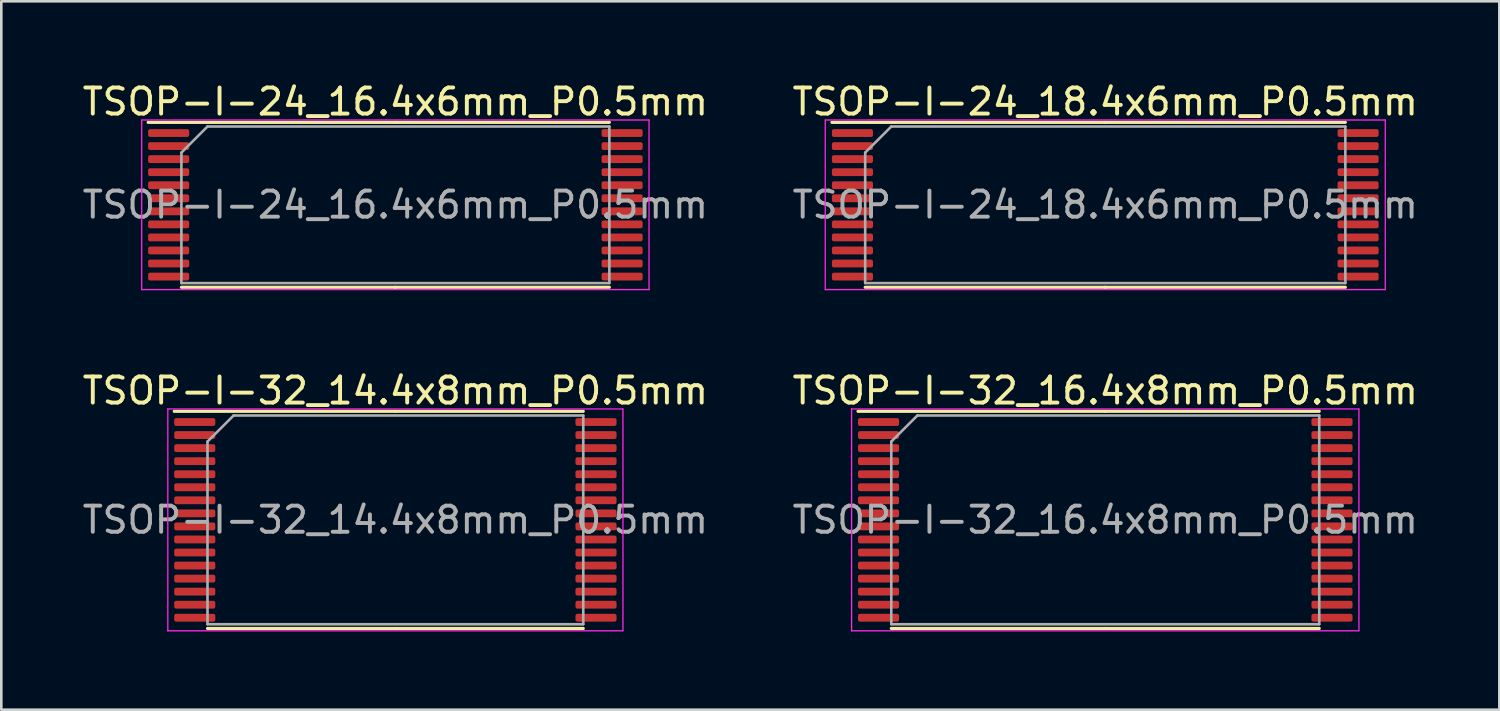
<source format=kicad_pcb>
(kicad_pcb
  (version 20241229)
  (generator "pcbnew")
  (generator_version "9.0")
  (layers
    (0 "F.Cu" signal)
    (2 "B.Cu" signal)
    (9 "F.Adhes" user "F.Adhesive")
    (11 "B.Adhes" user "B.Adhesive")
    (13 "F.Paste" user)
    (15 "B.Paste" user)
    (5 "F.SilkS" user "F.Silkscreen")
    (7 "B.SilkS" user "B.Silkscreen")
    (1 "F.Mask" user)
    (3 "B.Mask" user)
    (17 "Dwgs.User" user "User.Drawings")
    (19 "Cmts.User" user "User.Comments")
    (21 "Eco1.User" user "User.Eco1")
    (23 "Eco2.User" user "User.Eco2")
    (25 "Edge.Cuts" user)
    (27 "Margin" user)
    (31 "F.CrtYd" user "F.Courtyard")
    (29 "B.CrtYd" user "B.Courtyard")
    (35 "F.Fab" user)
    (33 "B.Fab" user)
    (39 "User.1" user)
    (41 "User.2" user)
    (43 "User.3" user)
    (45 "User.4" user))
  (footprint "TSOP-I-32_14.4x8mm_P0.5mm"
    (layer "F.Cu")
    (at 12.101 16.872)
    (property "Reference" "TSOP-I-32_14.4x8mm_P0.5mm" (at 0 -4.95 0) (layer "F.SilkS") (effects (font (size 1 1) (thickness 0.15))))
    (attr smd)
    (fp_line (start 0 -4.16) (end -8.475 -4.16) (stroke (width 0.12) (type solid)) (layer "F.SilkS"))
    (fp_line (start 0 -4.16) (end 7.2 -4.16) (stroke (width 0.12) (type solid)) (layer "F.SilkS"))
    (fp_line (start 0 4.16) (end -7.2 4.16) (stroke (width 0.12) (type solid)) (layer "F.SilkS"))
    (fp_line (start 0 4.16) (end 7.2 4.16) (stroke (width 0.12) (type solid)) (layer "F.SilkS"))
    (fp_line (start -8.72 -4.25) (end -8.72 4.25) (stroke (width 0.05) (type solid)) (layer "F.CrtYd"))
    (fp_line (start -8.72 4.25) (end 8.72 4.25) (stroke (width 0.05) (type solid)) (layer "F.CrtYd"))
    (fp_line (start 8.72 -4.25) (end -8.72 -4.25) (stroke (width 0.05) (type solid)) (layer "F.CrtYd"))
    (fp_line (start 8.72 4.25) (end 8.72 -4.25) (stroke (width 0.05) (type solid)) (layer "F.CrtYd"))
    (fp_line (start -7.2 -3) (end -6.2 -4) (stroke (width 0.1) (type solid)) (layer "F.Fab"))
    (fp_line (start -7.2 4) (end -7.2 -3) (stroke (width 0.1) (type solid)) (layer "F.Fab"))
    (fp_line (start -6.2 -4) (end 7.2 -4) (stroke (width 0.1) (type solid)) (layer "F.Fab"))
    (fp_line (start 7.2 -4) (end 7.2 4) (stroke (width 0.1) (type solid)) (layer "F.Fab"))
    (fp_line (start 7.2 4) (end -7.2 4) (stroke (width 0.1) (type solid)) (layer "F.Fab"))
    (fp_text user "${REFERENCE}" (at 0 0 0) (layer "F.Fab") (effects (font (size 1 1) (thickness 0.15))))
    (pad "1" smd roundrect (at -7.688 -3.75) (size 1.575 0.3) (layers "F.Cu" "F.Mask" "F.Paste") (roundrect_rratio 0.25))
    (pad "2" smd roundrect (at -7.688 -3.25) (size 1.575 0.3) (layers "F.Cu" "F.Mask" "F.Paste") (roundrect_rratio 0.25))
    (pad "3" smd roundrect (at -7.688 -2.75) (size 1.575 0.3) (layers "F.Cu" "F.Mask" "F.Paste") (roundrect_rratio 0.25))
    (pad "4" smd roundrect (at -7.688 -2.25) (size 1.575 0.3) (layers "F.Cu" "F.Mask" "F.Paste") (roundrect_rratio 0.25))
    (pad "5" smd roundrect (at -7.688 -1.75) (size 1.575 0.3) (layers "F.Cu" "F.Mask" "F.Paste") (roundrect_rratio 0.25))
    (pad "6" smd roundrect (at -7.688 -1.25) (size 1.575 0.3) (layers "F.Cu" "F.Mask" "F.Paste") (roundrect_rratio 0.25))
    (pad "7" smd roundrect (at -7.688 -0.75) (size 1.575 0.3) (layers "F.Cu" "F.Mask" "F.Paste") (roundrect_rratio 0.25))
    (pad "8" smd roundrect (at -7.688 -0.25) (size 1.575 0.3) (layers "F.Cu" "F.Mask" "F.Paste") (roundrect_rratio 0.25))
    (pad "9" smd roundrect (at -7.688 0.25) (size 1.575 0.3) (layers "F.Cu" "F.Mask" "F.Paste") (roundrect_rratio 0.25))
    (pad "10" smd roundrect (at -7.688 0.75) (size 1.575 0.3) (layers "F.Cu" "F.Mask" "F.Paste") (roundrect_rratio 0.25))
    (pad "11" smd roundrect (at -7.688 1.25) (size 1.575 0.3) (layers "F.Cu" "F.Mask" "F.Paste") (roundrect_rratio 0.25))
    (pad "12" smd roundrect (at -7.688 1.75) (size 1.575 0.3) (layers "F.Cu" "F.Mask" "F.Paste") (roundrect_rratio 0.25))
    (pad "13" smd roundrect (at -7.688 2.25) (size 1.575 0.3) (layers "F.Cu" "F.Mask" "F.Paste") (roundrect_rratio 0.25))
    (pad "14" smd roundrect (at -7.688 2.75) (size 1.575 0.3) (layers "F.Cu" "F.Mask" "F.Paste") (roundrect_rratio 0.25))
    (pad "15" smd roundrect (at -7.688 3.25) (size 1.575 0.3) (layers "F.Cu" "F.Mask" "F.Paste") (roundrect_rratio 0.25))
    (pad "16" smd roundrect (at -7.688 3.75) (size 1.575 0.3) (layers "F.Cu" "F.Mask" "F.Paste") (roundrect_rratio 0.25))
    (pad "17" smd roundrect (at 7.688 3.75) (size 1.575 0.3) (layers "F.Cu" "F.Mask" "F.Paste") (roundrect_rratio 0.25))
    (pad "18" smd roundrect (at 7.688 3.25) (size 1.575 0.3) (layers "F.Cu" "F.Mask" "F.Paste") (roundrect_rratio 0.25))
    (pad "19" smd roundrect (at 7.688 2.75) (size 1.575 0.3) (layers "F.Cu" "F.Mask" "F.Paste") (roundrect_rratio 0.25))
    (pad "20" smd roundrect (at 7.688 2.25) (size 1.575 0.3) (layers "F.Cu" "F.Mask" "F.Paste") (roundrect_rratio 0.25))
    (pad "21" smd roundrect (at 7.688 1.75) (size 1.575 0.3) (layers "F.Cu" "F.Mask" "F.Paste") (roundrect_rratio 0.25))
    (pad "22" smd roundrect (at 7.688 1.25) (size 1.575 0.3) (layers "F.Cu" "F.Mask" "F.Paste") (roundrect_rratio 0.25))
    (pad "23" smd roundrect (at 7.688 0.75) (size 1.575 0.3) (layers "F.Cu" "F.Mask" "F.Paste") (roundrect_rratio 0.25))
    (pad "24" smd roundrect (at 7.688 0.25) (size 1.575 0.3) (layers "F.Cu" "F.Mask" "F.Paste") (roundrect_rratio 0.25))
    (pad "25" smd roundrect (at 7.688 -0.25) (size 1.575 0.3) (layers "F.Cu" "F.Mask" "F.Paste") (roundrect_rratio 0.25))
    (pad "26" smd roundrect (at 7.688 -0.75) (size 1.575 0.3) (layers "F.Cu" "F.Mask" "F.Paste") (roundrect_rratio 0.25))
    (pad "27" smd roundrect (at 7.688 -1.25) (size 1.575 0.3) (layers "F.Cu" "F.Mask" "F.Paste") (roundrect_rratio 0.25))
    (pad "28" smd roundrect (at 7.688 -1.75) (size 1.575 0.3) (layers "F.Cu" "F.Mask" "F.Paste") (roundrect_rratio 0.25))
    (pad "29" smd roundrect (at 7.688 -2.25) (size 1.575 0.3) (layers "F.Cu" "F.Mask" "F.Paste") (roundrect_rratio 0.25))
    (pad "30" smd roundrect (at 7.688 -2.75) (size 1.575 0.3) (layers "F.Cu" "F.Mask" "F.Paste") (roundrect_rratio 0.25))
    (pad "31" smd roundrect (at 7.688 -3.25) (size 1.575 0.3) (layers "F.Cu" "F.Mask" "F.Paste") (roundrect_rratio 0.25))
    (pad "32" smd roundrect (at 7.688 -3.75) (size 1.575 0.3) (layers "F.Cu" "F.Mask" "F.Paste") (roundrect_rratio 0.25)))
  (footprint "TSOP-I-32_16.4x8mm_P0.5mm"
    (layer "F.Cu")
    (at 39.304 16.872)
    (property "Reference" "TSOP-I-32_16.4x8mm_P0.5mm" (at 0 -4.95 0) (layer "F.SilkS") (effects (font (size 1 1) (thickness 0.15))))
    (attr smd)
    (fp_line (start 0 -4.16) (end -9.475 -4.16) (stroke (width 0.12) (type solid)) (layer "F.SilkS"))
    (fp_line (start 0 -4.16) (end 8.2 -4.16) (stroke (width 0.12) (type solid)) (layer "F.SilkS"))
    (fp_line (start 0 4.16) (end -8.2 4.16) (stroke (width 0.12) (type solid)) (layer "F.SilkS"))
    (fp_line (start 0 4.16) (end 8.2 4.16) (stroke (width 0.12) (type solid)) (layer "F.SilkS"))
    (fp_line (start -9.72 -4.25) (end -9.72 4.25) (stroke (width 0.05) (type solid)) (layer "F.CrtYd"))
    (fp_line (start -9.72 4.25) (end 9.72 4.25) (stroke (width 0.05) (type solid)) (layer "F.CrtYd"))
    (fp_line (start 9.72 -4.25) (end -9.72 -4.25) (stroke (width 0.05) (type solid)) (layer "F.CrtYd"))
    (fp_line (start 9.72 4.25) (end 9.72 -4.25) (stroke (width 0.05) (type solid)) (layer "F.CrtYd"))
    (fp_line (start -8.2 -3) (end -7.2 -4) (stroke (width 0.1) (type solid)) (layer "F.Fab"))
    (fp_line (start -8.2 4) (end -8.2 -3) (stroke (width 0.1) (type solid)) (layer "F.Fab"))
    (fp_line (start -7.2 -4) (end 8.2 -4) (stroke (width 0.1) (type solid)) (layer "F.Fab"))
    (fp_line (start 8.2 -4) (end 8.2 4) (stroke (width 0.1) (type solid)) (layer "F.Fab"))
    (fp_line (start 8.2 4) (end -8.2 4) (stroke (width 0.1) (type solid)) (layer "F.Fab"))
    (fp_text user "${REFERENCE}" (at 0 0 0) (layer "F.Fab") (effects (font (size 1 1) (thickness 0.15))))
    (pad "1" smd roundrect (at -8.688 -3.75) (size 1.575 0.3) (layers "F.Cu" "F.Mask" "F.Paste") (roundrect_rratio 0.25))
    (pad "2" smd roundrect (at -8.688 -3.25) (size 1.575 0.3) (layers "F.Cu" "F.Mask" "F.Paste") (roundrect_rratio 0.25))
    (pad "3" smd roundrect (at -8.688 -2.75) (size 1.575 0.3) (layers "F.Cu" "F.Mask" "F.Paste") (roundrect_rratio 0.25))
    (pad "4" smd roundrect (at -8.688 -2.25) (size 1.575 0.3) (layers "F.Cu" "F.Mask" "F.Paste") (roundrect_rratio 0.25))
    (pad "5" smd roundrect (at -8.688 -1.75) (size 1.575 0.3) (layers "F.Cu" "F.Mask" "F.Paste") (roundrect_rratio 0.25))
    (pad "6" smd roundrect (at -8.688 -1.25) (size 1.575 0.3) (layers "F.Cu" "F.Mask" "F.Paste") (roundrect_rratio 0.25))
    (pad "7" smd roundrect (at -8.688 -0.75) (size 1.575 0.3) (layers "F.Cu" "F.Mask" "F.Paste") (roundrect_rratio 0.25))
    (pad "8" smd roundrect (at -8.688 -0.25) (size 1.575 0.3) (layers "F.Cu" "F.Mask" "F.Paste") (roundrect_rratio 0.25))
    (pad "9" smd roundrect (at -8.688 0.25) (size 1.575 0.3) (layers "F.Cu" "F.Mask" "F.Paste") (roundrect_rratio 0.25))
    (pad "10" smd roundrect (at -8.688 0.75) (size 1.575 0.3) (layers "F.Cu" "F.Mask" "F.Paste") (roundrect_rratio 0.25))
    (pad "11" smd roundrect (at -8.688 1.25) (size 1.575 0.3) (layers "F.Cu" "F.Mask" "F.Paste") (roundrect_rratio 0.25))
    (pad "12" smd roundrect (at -8.688 1.75) (size 1.575 0.3) (layers "F.Cu" "F.Mask" "F.Paste") (roundrect_rratio 0.25))
    (pad "13" smd roundrect (at -8.688 2.25) (size 1.575 0.3) (layers "F.Cu" "F.Mask" "F.Paste") (roundrect_rratio 0.25))
    (pad "14" smd roundrect (at -8.688 2.75) (size 1.575 0.3) (layers "F.Cu" "F.Mask" "F.Paste") (roundrect_rratio 0.25))
    (pad "15" smd roundrect (at -8.688 3.25) (size 1.575 0.3) (layers "F.Cu" "F.Mask" "F.Paste") (roundrect_rratio 0.25))
    (pad "16" smd roundrect (at -8.688 3.75) (size 1.575 0.3) (layers "F.Cu" "F.Mask" "F.Paste") (roundrect_rratio 0.25))
    (pad "17" smd roundrect (at 8.688 3.75) (size 1.575 0.3) (layers "F.Cu" "F.Mask" "F.Paste") (roundrect_rratio 0.25))
    (pad "18" smd roundrect (at 8.688 3.25) (size 1.575 0.3) (layers "F.Cu" "F.Mask" "F.Paste") (roundrect_rratio 0.25))
    (pad "19" smd roundrect (at 8.688 2.75) (size 1.575 0.3) (layers "F.Cu" "F.Mask" "F.Paste") (roundrect_rratio 0.25))
    (pad "20" smd roundrect (at 8.688 2.25) (size 1.575 0.3) (layers "F.Cu" "F.Mask" "F.Paste") (roundrect_rratio 0.25))
    (pad "21" smd roundrect (at 8.688 1.75) (size 1.575 0.3) (layers "F.Cu" "F.Mask" "F.Paste") (roundrect_rratio 0.25))
    (pad "22" smd roundrect (at 8.688 1.25) (size 1.575 0.3) (layers "F.Cu" "F.Mask" "F.Paste") (roundrect_rratio 0.25))
    (pad "23" smd roundrect (at 8.688 0.75) (size 1.575 0.3) (layers "F.Cu" "F.Mask" "F.Paste") (roundrect_rratio 0.25))
    (pad "24" smd roundrect (at 8.688 0.25) (size 1.575 0.3) (layers "F.Cu" "F.Mask" "F.Paste") (roundrect_rratio 0.25))
    (pad "25" smd roundrect (at 8.688 -0.25) (size 1.575 0.3) (layers "F.Cu" "F.Mask" "F.Paste") (roundrect_rratio 0.25))
    (pad "26" smd roundrect (at 8.688 -0.75) (size 1.575 0.3) (layers "F.Cu" "F.Mask" "F.Paste") (roundrect_rratio 0.25))
    (pad "27" smd roundrect (at 8.688 -1.25) (size 1.575 0.3) (layers "F.Cu" "F.Mask" "F.Paste") (roundrect_rratio 0.25))
    (pad "28" smd roundrect (at 8.688 -1.75) (size 1.575 0.3) (layers "F.Cu" "F.Mask" "F.Paste") (roundrect_rratio 0.25))
    (pad "29" smd roundrect (at 8.688 -2.25) (size 1.575 0.3) (layers "F.Cu" "F.Mask" "F.Paste") (roundrect_rratio 0.25))
    (pad "30" smd roundrect (at 8.688 -2.75) (size 1.575 0.3) (layers "F.Cu" "F.Mask" "F.Paste") (roundrect_rratio 0.25))
    (pad "31" smd roundrect (at 8.688 -3.25) (size 1.575 0.3) (layers "F.Cu" "F.Mask" "F.Paste") (roundrect_rratio 0.25))
    (pad "32" smd roundrect (at 8.688 -3.75) (size 1.575 0.3) (layers "F.Cu" "F.Mask" "F.Paste") (roundrect_rratio 0.25)))
  (footprint "TSOP-I-24_18.4x6mm_P0.5mm"
    (layer "F.Cu")
    (at 39.304 4.798)
    (property "Reference" "TSOP-I-24_18.4x6mm_P0.5mm" (at 0 -3.95 0) (layer "F.SilkS") (effects (font (size 1 1) (thickness 0.15))))
    (attr smd)
    (fp_line (start 0 -3.16) (end -10.475 -3.16) (stroke (width 0.12) (type solid)) (layer "F.SilkS"))
    (fp_line (start 0 -3.16) (end 9.2 -3.16) (stroke (width 0.12) (type solid)) (layer "F.SilkS"))
    (fp_line (start 0 3.16) (end -9.2 3.16) (stroke (width 0.12) (type solid)) (layer "F.SilkS"))
    (fp_line (start 0 3.16) (end 9.2 3.16) (stroke (width 0.12) (type solid)) (layer "F.SilkS"))
    (fp_line (start -10.73 -3.25) (end -10.73 3.25) (stroke (width 0.05) (type solid)) (layer "F.CrtYd"))
    (fp_line (start -10.73 3.25) (end 10.73 3.25) (stroke (width 0.05) (type solid)) (layer "F.CrtYd"))
    (fp_line (start 10.73 -3.25) (end -10.73 -3.25) (stroke (width 0.05) (type solid)) (layer "F.CrtYd"))
    (fp_line (start 10.73 3.25) (end 10.73 -3.25) (stroke (width 0.05) (type solid)) (layer "F.CrtYd"))
    (fp_line (start -9.2 -2) (end -8.2 -3) (stroke (width 0.1) (type solid)) (layer "F.Fab"))
    (fp_line (start -9.2 3) (end -9.2 -2) (stroke (width 0.1) (type solid)) (layer "F.Fab"))
    (fp_line (start -8.2 -3) (end 9.2 -3) (stroke (width 0.1) (type solid)) (layer "F.Fab"))
    (fp_line (start 9.2 -3) (end 9.2 3) (stroke (width 0.1) (type solid)) (layer "F.Fab"))
    (fp_line (start 9.2 3) (end -9.2 3) (stroke (width 0.1) (type solid)) (layer "F.Fab"))
    (fp_text user "${REFERENCE}" (at 0 0 0) (layer "F.Fab") (effects (font (size 1 1) (thickness 0.15))))
    (pad "1" smd roundrect (at -9.688 -2.75) (size 1.575 0.3) (layers "F.Cu" "F.Mask" "F.Paste") (roundrect_rratio 0.25))
    (pad "2" smd roundrect (at -9.688 -2.25) (size 1.575 0.3) (layers "F.Cu" "F.Mask" "F.Paste") (roundrect_rratio 0.25))
    (pad "3" smd roundrect (at -9.688 -1.75) (size 1.575 0.3) (layers "F.Cu" "F.Mask" "F.Paste") (roundrect_rratio 0.25))
    (pad "4" smd roundrect (at -9.688 -1.25) (size 1.575 0.3) (layers "F.Cu" "F.Mask" "F.Paste") (roundrect_rratio 0.25))
    (pad "5" smd roundrect (at -9.688 -0.75) (size 1.575 0.3) (layers "F.Cu" "F.Mask" "F.Paste") (roundrect_rratio 0.25))
    (pad "6" smd roundrect (at -9.688 -0.25) (size 1.575 0.3) (layers "F.Cu" "F.Mask" "F.Paste") (roundrect_rratio 0.25))
    (pad "7" smd roundrect (at -9.688 0.25) (size 1.575 0.3) (layers "F.Cu" "F.Mask" "F.Paste") (roundrect_rratio 0.25))
    (pad "8" smd roundrect (at -9.688 0.75) (size 1.575 0.3) (layers "F.Cu" "F.Mask" "F.Paste") (roundrect_rratio 0.25))
    (pad "9" smd roundrect (at -9.688 1.25) (size 1.575 0.3) (layers "F.Cu" "F.Mask" "F.Paste") (roundrect_rratio 0.25))
    (pad "10" smd roundrect (at -9.688 1.75) (size 1.575 0.3) (layers "F.Cu" "F.Mask" "F.Paste") (roundrect_rratio 0.25))
    (pad "11" smd roundrect (at -9.688 2.25) (size 1.575 0.3) (layers "F.Cu" "F.Mask" "F.Paste") (roundrect_rratio 0.25))
    (pad "12" smd roundrect (at -9.688 2.75) (size 1.575 0.3) (layers "F.Cu" "F.Mask" "F.Paste") (roundrect_rratio 0.25))
    (pad "13" smd roundrect (at 9.688 2.75) (size 1.575 0.3) (layers "F.Cu" "F.Mask" "F.Paste") (roundrect_rratio 0.25))
    (pad "14" smd roundrect (at 9.688 2.25) (size 1.575 0.3) (layers "F.Cu" "F.Mask" "F.Paste") (roundrect_rratio 0.25))
    (pad "15" smd roundrect (at 9.688 1.75) (size 1.575 0.3) (layers "F.Cu" "F.Mask" "F.Paste") (roundrect_rratio 0.25))
    (pad "16" smd roundrect (at 9.688 1.25) (size 1.575 0.3) (layers "F.Cu" "F.Mask" "F.Paste") (roundrect_rratio 0.25))
    (pad "17" smd roundrect (at 9.688 0.75) (size 1.575 0.3) (layers "F.Cu" "F.Mask" "F.Paste") (roundrect_rratio 0.25))
    (pad "18" smd roundrect (at 9.688 0.25) (size 1.575 0.3) (layers "F.Cu" "F.Mask" "F.Paste") (roundrect_rratio 0.25))
    (pad "19" smd roundrect (at 9.688 -0.25) (size 1.575 0.3) (layers "F.Cu" "F.Mask" "F.Paste") (roundrect_rratio 0.25))
    (pad "20" smd roundrect (at 9.688 -0.75) (size 1.575 0.3) (layers "F.Cu" "F.Mask" "F.Paste") (roundrect_rratio 0.25))
    (pad "21" smd roundrect (at 9.688 -1.25) (size 1.575 0.3) (layers "F.Cu" "F.Mask" "F.Paste") (roundrect_rratio 0.25))
    (pad "22" smd roundrect (at 9.688 -1.75) (size 1.575 0.3) (layers "F.Cu" "F.Mask" "F.Paste") (roundrect_rratio 0.25))
    (pad "23" smd roundrect (at 9.688 -2.25) (size 1.575 0.3) (layers "F.Cu" "F.Mask" "F.Paste") (roundrect_rratio 0.25))
    (pad "24" smd roundrect (at 9.688 -2.75) (size 1.575 0.3) (layers "F.Cu" "F.Mask" "F.Paste") (roundrect_rratio 0.25)))
  (footprint "TSOP-I-24_16.4x6mm_P0.5mm"
    (layer "F.Cu")
    (at 12.101 4.798)
    (property "Reference" "TSOP-I-24_16.4x6mm_P0.5mm" (at 0 -3.95 0) (layer "F.SilkS") (effects (font (size 1 1) (thickness 0.15))))
    (attr smd)
    (fp_line (start 0 -3.16) (end -9.475 -3.16) (stroke (width 0.12) (type solid)) (layer "F.SilkS"))
    (fp_line (start 0 -3.16) (end 8.2 -3.16) (stroke (width 0.12) (type solid)) (layer "F.SilkS"))
    (fp_line (start 0 3.16) (end -8.2 3.16) (stroke (width 0.12) (type solid)) (layer "F.SilkS"))
    (fp_line (start 0 3.16) (end 8.2 3.16) (stroke (width 0.12) (type solid)) (layer "F.SilkS"))
    (fp_line (start -9.72 -3.25) (end -9.72 3.25) (stroke (width 0.05) (type solid)) (layer "F.CrtYd"))
    (fp_line (start -9.72 3.25) (end 9.72 3.25) (stroke (width 0.05) (type solid)) (layer "F.CrtYd"))
    (fp_line (start 9.72 -3.25) (end -9.72 -3.25) (stroke (width 0.05) (type solid)) (layer "F.CrtYd"))
    (fp_line (start 9.72 3.25) (end 9.72 -3.25) (stroke (width 0.05) (type solid)) (layer "F.CrtYd"))
    (fp_line (start -8.2 -2) (end -7.2 -3) (stroke (width 0.1) (type solid)) (layer "F.Fab"))
    (fp_line (start -8.2 3) (end -8.2 -2) (stroke (width 0.1) (type solid)) (layer "F.Fab"))
    (fp_line (start -7.2 -3) (end 8.2 -3) (stroke (width 0.1) (type solid)) (layer "F.Fab"))
    (fp_line (start 8.2 -3) (end 8.2 3) (stroke (width 0.1) (type solid)) (layer "F.Fab"))
    (fp_line (start 8.2 3) (end -8.2 3) (stroke (width 0.1) (type solid)) (layer "F.Fab"))
    (fp_text user "${REFERENCE}" (at 0 0 0) (layer "F.Fab") (effects (font (size 1 1) (thickness 0.15))))
    (pad "1" smd roundrect (at -8.688 -2.75) (size 1.575 0.3) (layers "F.Cu" "F.Mask" "F.Paste") (roundrect_rratio 0.25))
    (pad "2" smd roundrect (at -8.688 -2.25) (size 1.575 0.3) (layers "F.Cu" "F.Mask" "F.Paste") (roundrect_rratio 0.25))
    (pad "3" smd roundrect (at -8.688 -1.75) (size 1.575 0.3) (layers "F.Cu" "F.Mask" "F.Paste") (roundrect_rratio 0.25))
    (pad "4" smd roundrect (at -8.688 -1.25) (size 1.575 0.3) (layers "F.Cu" "F.Mask" "F.Paste") (roundrect_rratio 0.25))
    (pad "5" smd roundrect (at -8.688 -0.75) (size 1.575 0.3) (layers "F.Cu" "F.Mask" "F.Paste") (roundrect_rratio 0.25))
    (pad "6" smd roundrect (at -8.688 -0.25) (size 1.575 0.3) (layers "F.Cu" "F.Mask" "F.Paste") (roundrect_rratio 0.25))
    (pad "7" smd roundrect (at -8.688 0.25) (size 1.575 0.3) (layers "F.Cu" "F.Mask" "F.Paste") (roundrect_rratio 0.25))
    (pad "8" smd roundrect (at -8.688 0.75) (size 1.575 0.3) (layers "F.Cu" "F.Mask" "F.Paste") (roundrect_rratio 0.25))
    (pad "9" smd roundrect (at -8.688 1.25) (size 1.575 0.3) (layers "F.Cu" "F.Mask" "F.Paste") (roundrect_rratio 0.25))
    (pad "10" smd roundrect (at -8.688 1.75) (size 1.575 0.3) (layers "F.Cu" "F.Mask" "F.Paste") (roundrect_rratio 0.25))
    (pad "11" smd roundrect (at -8.688 2.25) (size 1.575 0.3) (layers "F.Cu" "F.Mask" "F.Paste") (roundrect_rratio 0.25))
    (pad "12" smd roundrect (at -8.688 2.75) (size 1.575 0.3) (layers "F.Cu" "F.Mask" "F.Paste") (roundrect_rratio 0.25))
    (pad "13" smd roundrect (at 8.688 2.75) (size 1.575 0.3) (layers "F.Cu" "F.Mask" "F.Paste") (roundrect_rratio 0.25))
    (pad "14" smd roundrect (at 8.688 2.25) (size 1.575 0.3) (layers "F.Cu" "F.Mask" "F.Paste") (roundrect_rratio 0.25))
    (pad "15" smd roundrect (at 8.688 1.75) (size 1.575 0.3) (layers "F.Cu" "F.Mask" "F.Paste") (roundrect_rratio 0.25))
    (pad "16" smd roundrect (at 8.688 1.25) (size 1.575 0.3) (layers "F.Cu" "F.Mask" "F.Paste") (roundrect_rratio 0.25))
    (pad "17" smd roundrect (at 8.688 0.75) (size 1.575 0.3) (layers "F.Cu" "F.Mask" "F.Paste") (roundrect_rratio 0.25))
    (pad "18" smd roundrect (at 8.688 0.25) (size 1.575 0.3) (layers "F.Cu" "F.Mask" "F.Paste") (roundrect_rratio 0.25))
    (pad "19" smd roundrect (at 8.688 -0.25) (size 1.575 0.3) (layers "F.Cu" "F.Mask" "F.Paste") (roundrect_rratio 0.25))
    (pad "20" smd roundrect (at 8.688 -0.75) (size 1.575 0.3) (layers "F.Cu" "F.Mask" "F.Paste") (roundrect_rratio 0.25))
    (pad "21" smd roundrect (at 8.688 -1.25) (size 1.575 0.3) (layers "F.Cu" "F.Mask" "F.Paste") (roundrect_rratio 0.25))
    (pad "22" smd roundrect (at 8.688 -1.75) (size 1.575 0.3) (layers "F.Cu" "F.Mask" "F.Paste") (roundrect_rratio 0.25))
    (pad "23" smd roundrect (at 8.688 -2.25) (size 1.575 0.3) (layers "F.Cu" "F.Mask" "F.Paste") (roundrect_rratio 0.25))
    (pad "24" smd roundrect (at 8.688 -2.75) (size 1.575 0.3) (layers "F.Cu" "F.Mask" "F.Paste") (roundrect_rratio 0.25)))
  (gr_rect
    (start -3 -3)
    (end 54.405 24.146)
    (stroke (width 0.1) (type default))
    (fill no)
    (layer "Edge.Cuts")))
</source>
